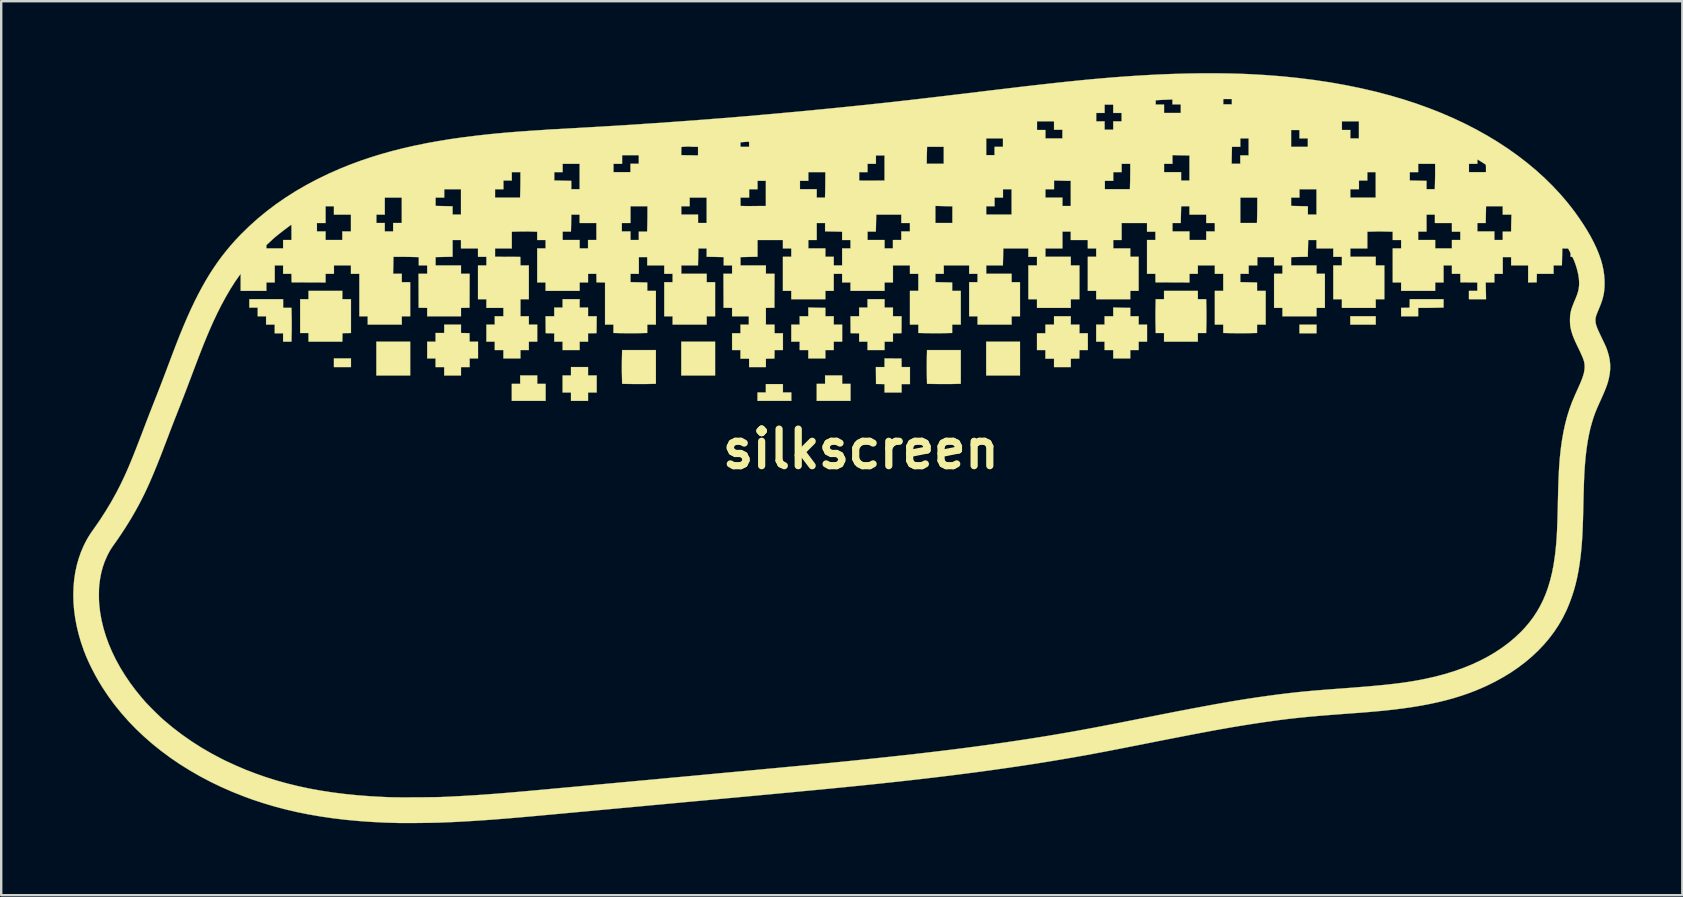
<source format=kicad_pcb>
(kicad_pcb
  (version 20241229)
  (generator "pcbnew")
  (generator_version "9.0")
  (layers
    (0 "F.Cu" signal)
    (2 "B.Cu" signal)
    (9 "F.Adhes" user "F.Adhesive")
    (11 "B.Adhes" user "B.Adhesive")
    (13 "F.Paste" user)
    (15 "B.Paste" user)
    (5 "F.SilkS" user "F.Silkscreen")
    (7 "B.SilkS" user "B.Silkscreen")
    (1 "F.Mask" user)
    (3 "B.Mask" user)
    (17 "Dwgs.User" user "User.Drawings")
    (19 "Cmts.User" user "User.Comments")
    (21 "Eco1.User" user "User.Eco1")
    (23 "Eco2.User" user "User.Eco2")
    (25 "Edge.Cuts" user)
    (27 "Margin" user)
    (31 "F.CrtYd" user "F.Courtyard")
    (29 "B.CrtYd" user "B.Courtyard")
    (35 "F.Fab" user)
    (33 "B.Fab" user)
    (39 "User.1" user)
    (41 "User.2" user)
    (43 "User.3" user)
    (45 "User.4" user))
  (footprint "silkscreen"
    (layer "F.Cu")
    (at 32.824 15.665)
    (property "Reference" "silkscreen" (at 0 0 0) (layer "F.SilkS") (effects (font (size 1.524 1.524) (thickness 0.3))))
    (attr through_hole)
    (fp_poly (pts (xy -21.25 -3.42) (xy -21.959 -3.42) (xy -21.959 -3.78) (xy -21.25 -3.78) (xy -21.25 -3.42)) (stroke (width 0.01) (type solid)) (fill yes) (layer "F.SilkS"))
    (fp_poly (pts (xy -18.783 -3.07) (xy -20.191 -3.07) (xy -20.191 -4.479) (xy -18.783 -4.479) (xy -18.783 -3.07)) (stroke (width 0.01) (type solid)) (fill yes) (layer "F.SilkS"))
    (fp_poly (pts (xy -6.077 -3.07) (xy -7.486 -3.07) (xy -7.486 -4.479) (xy -6.077 -4.479) (xy -6.077 -3.07)) (stroke (width 0.01) (type solid)) (fill yes) (layer "F.SilkS"))
    (fp_poly (pts (xy 6.628 -3.07) (xy 5.22 -3.07) (xy 5.22 -4.479) (xy 6.628 -4.479) (xy 6.628 -3.07)) (stroke (width 0.01) (type solid)) (fill yes) (layer "F.SilkS"))
    (fp_poly (pts (xy 18.984 -4.828) (xy 18.274 -4.828) (xy 18.274 -5.188) (xy 18.984 -5.188) (xy 18.984 -4.828)) (stroke (width 0.01) (type solid)) (fill yes) (layer "F.SilkS"))
    (fp_poly (pts (xy 21.451 -5.188) (xy 20.392 -5.188) (xy 20.392 -5.537) (xy 21.451 -5.537) (xy 21.451 -5.188)) (stroke (width 0.01) (type solid)) (fill yes) (layer "F.SilkS"))
    (fp_poly (pts (xy -13.489 -2.721) (xy -13.139 -2.721) (xy -13.139 -2.012) (xy -14.548 -2.012) (xy -14.548 -2.721) (xy -14.198 -2.721) (xy -14.198 -3.07) (xy -13.489 -3.07) (xy -13.489 -2.721)) (stroke (width 0.01) (type solid)) (fill yes) (layer "F.SilkS"))
    (fp_poly (pts (xy -3.25 -2.361) (xy -2.901 -2.361) (xy -2.901 -2.012) (xy -4.309 -2.012) (xy -4.309 -2.361) (xy -3.96 -2.361) (xy -3.96 -2.71) (xy -3.25 -2.71) (xy -3.25 -2.361)) (stroke (width 0.01) (type solid)) (fill yes) (layer "F.SilkS"))
    (fp_poly (pts (xy -0.783 -2.721) (xy -0.434 -2.721) (xy -0.434 -2.012) (xy -1.842 -2.012) (xy -1.842 -2.721) (xy -1.493 -2.721) (xy -1.493 -3.07) (xy -0.783 -3.07) (xy -0.783 -2.721)) (stroke (width 0.01) (type solid)) (fill yes) (layer "F.SilkS"))
    (fp_poly (pts (xy -11.371 -3.07) (xy -11.011 -3.07) (xy -11.011 -2.361) (xy -11.371 -2.361) (xy -11.371 -2.012) (xy -12.081 -2.012) (xy -12.081 -2.361) (xy -12.43 -2.361) (xy -12.43 -3.07) (xy -12.081 -3.07) (xy -12.081 -3.42) (xy -11.371 -3.42) (xy -11.371 -3.07)) (stroke (width 0.01) (type solid)) (fill yes) (layer "F.SilkS"))
    (fp_poly (pts (xy -21.61 -6.247) (xy -21.25 -6.247) (xy -21.25 -4.839) (xy -21.604 -4.833) (xy -21.607 -4.656) (xy -21.61 -4.479) (xy -23.018 -4.479) (xy -23.018 -4.839) (xy -23.367 -4.839) (xy -23.367 -6.247) (xy -23.018 -6.247) (xy -23.018 -6.596) (xy -21.61 -6.596) (xy -21.61 -6.247)) (stroke (width 0.01) (type solid)) (fill yes) (layer "F.SilkS"))
    (fp_poly (pts (xy 1.337 -3.777) (xy 1.689 -3.775) (xy 1.695 -3.42) (xy 2.043 -3.42) (xy 2.043 -2.71) (xy 1.694 -2.71) (xy 1.694 -2.361) (xy 0.985 -2.361) (xy 0.985 -2.71) (xy 0.807 -2.713) (xy 0.63 -2.716) (xy 0.627 -3.068) (xy 0.624 -3.42) (xy 0.985 -3.42) (xy 0.985 -3.78) (xy 1.337 -3.777)) (stroke (width 0.01) (type solid)) (fill yes) (layer "F.SilkS"))
    (fp_poly (pts (xy -8.544 -2.724) (xy -8.806 -2.717) (xy -8.975 -2.714) (xy -9.163 -2.713) (xy -9.372 -2.713) (xy -9.602 -2.716) (xy -9.774 -2.718) (xy -9.95 -2.722) (xy -9.958 -3.072) (xy -9.96 -3.178) (xy -9.961 -3.299) (xy -9.961 -3.427) (xy -9.961 -3.555) (xy -9.96 -3.675) (xy -9.958 -3.775) (xy -9.95 -4.129) (xy -8.544 -4.129) (xy -8.544 -2.724)) (stroke (width 0.01) (type solid)) (fill yes) (layer "F.SilkS"))
    (fp_poly (pts (xy 4.161 -2.724) (xy 3.899 -2.717) (xy 3.731 -2.714) (xy 3.542 -2.713) (xy 3.333 -2.713) (xy 3.104 -2.716) (xy 2.931 -2.718) (xy 2.755 -2.722) (xy 2.747 -3.072) (xy 2.746 -3.178) (xy 2.745 -3.299) (xy 2.744 -3.427) (xy 2.745 -3.555) (xy 2.746 -3.675) (xy 2.747 -3.775) (xy 2.755 -4.129) (xy 4.161 -4.129) (xy 4.161 -2.724)) (stroke (width 0.01) (type solid)) (fill yes) (layer "F.SilkS"))
    (fp_poly (pts (xy 24.278 -5.901) (xy 24.016 -5.894) (xy 23.923 -5.892) (xy 23.817 -5.89) (xy 23.705 -5.888) (xy 23.597 -5.887) (xy 23.501 -5.887) (xy 23.486 -5.887) (xy 23.219 -5.887) (xy 23.219 -5.537) (xy 22.51 -5.537) (xy 22.51 -5.886) (xy 22.687 -5.889) (xy 22.864 -5.892) (xy 22.867 -6.069) (xy 22.87 -6.247) (xy 24.278 -6.247) (xy 24.278 -5.901)) (stroke (width 0.01) (type solid)) (fill yes) (layer "F.SilkS"))
    (fp_poly (pts (xy -24.077 -5.887) (xy -23.73 -5.887) (xy -23.722 -5.533) (xy -23.72 -5.425) (xy -23.719 -5.304) (xy -23.719 -5.176) (xy -23.719 -5.048) (xy -23.72 -4.928) (xy -23.722 -4.829) (xy -23.73 -4.479) (xy -24.077 -4.479) (xy -24.077 -4.828) (xy -24.426 -4.828) (xy -24.426 -5.188) (xy -24.786 -5.188) (xy -24.786 -5.537) (xy -25.135 -5.537) (xy -25.135 -5.897) (xy -25.485 -5.897) (xy -25.485 -6.247) (xy -24.077 -6.247) (xy -24.077 -5.887)) (stroke (width 0.01) (type solid)) (fill yes) (layer "F.SilkS"))
    (fp_poly (pts (xy -16.665 -4.839) (xy -16.31 -4.833) (xy -16.308 -4.656) (xy -16.305 -4.479) (xy -15.956 -4.479) (xy -15.956 -3.78) (xy -16.305 -3.78) (xy -16.305 -3.42) (xy -16.665 -3.42) (xy -16.665 -3.07) (xy -17.364 -3.07) (xy -17.364 -3.42) (xy -17.724 -3.42) (xy -17.724 -3.78) (xy -18.073 -3.78) (xy -18.073 -4.479) (xy -17.724 -4.479) (xy -17.724 -4.839) (xy -17.364 -4.839) (xy -17.364 -5.188) (xy -16.665 -5.188) (xy -16.665 -4.839)) (stroke (width 0.01) (type solid)) (fill yes) (layer "F.SilkS"))
    (fp_poly (pts (xy 8.745 -5.188) (xy 9.105 -5.188) (xy 9.105 -4.828) (xy 9.455 -4.828) (xy 9.455 -4.129) (xy 9.106 -4.129) (xy 9.103 -3.952) (xy 9.1 -3.775) (xy 8.745 -3.769) (xy 8.745 -3.42) (xy 8.047 -3.42) (xy 8.047 -3.769) (xy 7.687 -3.769) (xy 7.687 -4.129) (xy 7.337 -4.129) (xy 7.337 -4.828) (xy 7.687 -4.828) (xy 7.687 -5.188) (xy 8.047 -5.188) (xy 8.047 -5.537) (xy 8.745 -5.537) (xy 8.745 -5.188)) (stroke (width 0.01) (type solid)) (fill yes) (layer "F.SilkS"))
    (fp_poly (pts (xy -11.721 -5.897) (xy -11.371 -5.897) (xy -11.371 -5.537) (xy -11.011 -5.537) (xy -11.014 -5.185) (xy -11.017 -4.833) (xy -11.194 -4.83) (xy -11.371 -4.827) (xy -11.371 -4.479) (xy -11.721 -4.479) (xy -11.721 -4.129) (xy -12.43 -4.129) (xy -12.43 -4.479) (xy -12.779 -4.479) (xy -12.779 -4.827) (xy -13.134 -4.833) (xy -13.137 -5.185) (xy -13.14 -5.537) (xy -12.779 -5.537) (xy -12.779 -5.897) (xy -12.43 -5.897) (xy -12.43 -6.247) (xy -11.721 -6.247) (xy -11.721 -5.897)) (stroke (width 0.01) (type solid)) (fill yes) (layer "F.SilkS"))
    (fp_poly (pts (xy 0.985 -5.897) (xy 1.334 -5.897) (xy 1.334 -5.537) (xy 1.694 -5.537) (xy 1.692 -5.185) (xy 1.689 -4.833) (xy 1.511 -4.83) (xy 1.334 -4.827) (xy 1.334 -4.479) (xy 0.985 -4.479) (xy 0.985 -4.129) (xy 0.275 -4.129) (xy 0.275 -4.479) (xy -0.074 -4.479) (xy -0.074 -4.827) (xy -0.429 -4.833) (xy -0.432 -5.185) (xy -0.434 -5.537) (xy -0.074 -5.537) (xy -0.074 -5.897) (xy 0.275 -5.897) (xy 0.275 -6.247) (xy 0.985 -6.247) (xy 0.985 -5.897)) (stroke (width 0.01) (type solid)) (fill yes) (layer "F.SilkS"))
    (fp_poly (pts (xy 14.039 -6.247) (xy 14.386 -6.247) (xy 14.394 -5.891) (xy 14.396 -5.784) (xy 14.397 -5.663) (xy 14.397 -5.535) (xy 14.397 -5.408) (xy 14.396 -5.288) (xy 14.394 -5.187) (xy 14.386 -4.839) (xy 14.039 -4.839) (xy 14.039 -4.479) (xy 12.631 -4.479) (xy 12.631 -4.839) (xy 12.284 -4.839) (xy 12.277 -5.187) (xy 12.275 -5.293) (xy 12.274 -5.413) (xy 12.273 -5.54) (xy 12.274 -5.668) (xy 12.275 -5.789) (xy 12.277 -5.891) (xy 12.284 -6.247) (xy 12.631 -6.247) (xy 12.631 -6.596) (xy 14.039 -6.596) (xy 14.039 -6.247)) (stroke (width 0.01) (type solid)) (fill yes) (layer "F.SilkS"))
    (fp_poly (pts (xy -1.93 -5.894) (xy -1.851 -5.892) (xy -1.774 -5.89) (xy -1.702 -5.889) (xy -1.64 -5.887) (xy -1.593 -5.887) (xy -1.575 -5.887) (xy -1.482 -5.887) (xy -1.482 -5.537) (xy -1.133 -5.537) (xy -1.133 -5.188) (xy -0.783 -5.188) (xy -0.783 -4.479) (xy -1.133 -4.479) (xy -1.133 -4.129) (xy -1.482 -4.129) (xy -1.482 -3.78) (xy -2.192 -3.78) (xy -2.192 -4.129) (xy -2.552 -4.129) (xy -2.552 -4.479) (xy -2.901 -4.479) (xy -2.901 -5.188) (xy -2.552 -5.188) (xy -2.552 -5.537) (xy -2.192 -5.537) (xy -2.192 -5.901) (xy -1.93 -5.894)) (stroke (width 0.01) (type solid)) (fill yes) (layer "F.SilkS"))
    (fp_poly (pts (xy 10.776 -5.894) (xy 10.854 -5.892) (xy 10.932 -5.89) (xy 11.003 -5.889) (xy 11.065 -5.887) (xy 11.112 -5.887) (xy 11.13 -5.887) (xy 11.223 -5.887) (xy 11.223 -5.537) (xy 11.572 -5.537) (xy 11.572 -5.188) (xy 11.922 -5.188) (xy 11.922 -4.479) (xy 11.572 -4.479) (xy 11.572 -4.129) (xy 11.223 -4.129) (xy 11.223 -3.78) (xy 10.514 -3.78) (xy 10.514 -4.129) (xy 10.154 -4.129) (xy 10.154 -4.479) (xy 9.804 -4.479) (xy 9.804 -5.188) (xy 10.154 -5.188) (xy 10.154 -5.537) (xy 10.514 -5.537) (xy 10.514 -5.901) (xy 10.776 -5.894)) (stroke (width 0.01) (type solid)) (fill yes) (layer "F.SilkS"))
    (fp_poly (pts (xy 14.996 -15.658) (xy 15.4 -15.652) (xy 15.79 -15.641) (xy 16.152 -15.627) (xy 16.862 -15.587) (xy 17.557 -15.533) (xy 18.238 -15.463) (xy 18.906 -15.379) (xy 19.561 -15.28) (xy 20.204 -15.166) (xy 20.835 -15.037) (xy 21.456 -14.893) (xy 21.486 -14.885) (xy 22.051 -14.736) (xy 22.604 -14.574) (xy 23.144 -14.398) (xy 23.671 -14.208) (xy 24.184 -14.005) (xy 24.683 -13.79) (xy 25.167 -13.562) (xy 25.637 -13.321) (xy 26.091 -13.068) (xy 26.531 -12.802) (xy 26.954 -12.525) (xy 27.361 -12.236) (xy 27.752 -11.936) (xy 28.126 -11.624) (xy 28.483 -11.301) (xy 28.823 -10.967) (xy 29.144 -10.622) (xy 29.368 -10.363) (xy 29.564 -10.121) (xy 29.754 -9.872) (xy 29.934 -9.618) (xy 30.104 -9.364) (xy 30.262 -9.112) (xy 30.405 -8.864) (xy 30.529 -8.629) (xy 30.647 -8.38) (xy 30.747 -8.14) (xy 30.829 -7.907) (xy 30.894 -7.681) (xy 30.941 -7.459) (xy 30.972 -7.24) (xy 30.987 -7.024) (xy 30.987 -6.841) (xy 30.982 -6.721) (xy 30.972 -6.608) (xy 30.958 -6.501) (xy 30.937 -6.395) (xy 30.911 -6.288) (xy 30.877 -6.176) (xy 30.834 -6.055) (xy 30.783 -5.923) (xy 30.722 -5.776) (xy 30.717 -5.765) (xy 30.682 -5.68) (xy 30.655 -5.611) (xy 30.635 -5.554) (xy 30.622 -5.504) (xy 30.613 -5.458) (xy 30.609 -5.413) (xy 30.608 -5.373) (xy 30.61 -5.326) (xy 30.614 -5.279) (xy 30.622 -5.231) (xy 30.634 -5.18) (xy 30.652 -5.124) (xy 30.675 -5.061) (xy 30.705 -4.988) (xy 30.743 -4.903) (xy 30.788 -4.805) (xy 30.843 -4.691) (xy 30.868 -4.637) (xy 30.915 -4.54) (xy 30.954 -4.459) (xy 30.986 -4.392) (xy 31.012 -4.335) (xy 31.034 -4.286) (xy 31.052 -4.242) (xy 31.069 -4.201) (xy 31.084 -4.159) (xy 31.1 -4.114) (xy 31.104 -4.103) (xy 31.162 -3.909) (xy 31.201 -3.719) (xy 31.221 -3.531) (xy 31.222 -3.342) (xy 31.204 -3.15) (xy 31.167 -2.952) (xy 31.127 -2.797) (xy 31.103 -2.72) (xy 31.075 -2.637) (xy 31.04 -2.545) (xy 31 -2.443) (xy 30.951 -2.328) (xy 30.895 -2.198) (xy 30.83 -2.052) (xy 30.821 -2.033) (xy 30.766 -1.912) (xy 30.719 -1.807) (xy 30.679 -1.715) (xy 30.645 -1.634) (xy 30.615 -1.56) (xy 30.588 -1.491) (xy 30.563 -1.423) (xy 30.539 -1.355) (xy 30.52 -1.297) (xy 30.447 -1.06) (xy 30.382 -0.81) (xy 30.325 -0.547) (xy 30.275 -0.269) (xy 30.232 0.025) (xy 30.196 0.335) (xy 30.167 0.665) (xy 30.154 0.852) (xy 30.149 0.947) (xy 30.143 1.043) (xy 30.138 1.144) (xy 30.134 1.251) (xy 30.129 1.367) (xy 30.125 1.493) (xy 30.121 1.631) (xy 30.117 1.784) (xy 30.112 1.954) (xy 30.108 2.141) (xy 30.106 2.202) (xy 30.102 2.411) (xy 30.097 2.601) (xy 30.092 2.773) (xy 30.088 2.929) (xy 30.083 3.072) (xy 30.079 3.202) (xy 30.074 3.323) (xy 30.069 3.435) (xy 30.064 3.54) (xy 30.059 3.641) (xy 30.053 3.737) (xy 30.026 4.096) (xy 29.992 4.436) (xy 29.95 4.758) (xy 29.901 5.066) (xy 29.843 5.36) (xy 29.777 5.641) (xy 29.701 5.912) (xy 29.616 6.174) (xy 29.522 6.428) (xy 29.418 6.677) (xy 29.392 6.734) (xy 29.243 7.034) (xy 29.075 7.325) (xy 28.889 7.607) (xy 28.684 7.88) (xy 28.461 8.143) (xy 28.22 8.396) (xy 27.962 8.639) (xy 27.687 8.872) (xy 27.395 9.093) (xy 27.087 9.304) (xy 26.763 9.502) (xy 26.424 9.689) (xy 26.069 9.864) (xy 25.866 9.955) (xy 25.586 10.072) (xy 25.299 10.181) (xy 25.003 10.282) (xy 24.698 10.376) (xy 24.382 10.463) (xy 24.054 10.543) (xy 23.713 10.617) (xy 23.358 10.685) (xy 22.987 10.746) (xy 22.599 10.802) (xy 22.194 10.853) (xy 21.769 10.899) (xy 21.652 10.91) (xy 21.519 10.922) (xy 21.389 10.934) (xy 21.259 10.946) (xy 21.126 10.957) (xy 20.987 10.968) (xy 20.839 10.98) (xy 20.678 10.992) (xy 20.502 11.005) (xy 20.35 11.016) (xy 20.059 11.038) (xy 19.788 11.058) (xy 19.534 11.078) (xy 19.297 11.097) (xy 19.073 11.115) (xy 18.861 11.134) (xy 18.661 11.152) (xy 18.469 11.171) (xy 18.283 11.189) (xy 18.104 11.209) (xy 17.927 11.228) (xy 17.752 11.249) (xy 17.578 11.271) (xy 17.401 11.294) (xy 17.221 11.318) (xy 17.035 11.344) (xy 16.842 11.371) (xy 16.835 11.372) (xy 16.646 11.4) (xy 16.459 11.428) (xy 16.272 11.457) (xy 16.084 11.486) (xy 15.893 11.517) (xy 15.699 11.549) (xy 15.5 11.582) (xy 15.296 11.618) (xy 15.084 11.655) (xy 14.864 11.694) (xy 14.634 11.736) (xy 14.394 11.781) (xy 14.142 11.828) (xy 13.877 11.878) (xy 13.597 11.932) (xy 13.302 11.989) (xy 12.991 12.05) (xy 12.661 12.114) (xy 12.313 12.183) (xy 12.165 12.212) (xy 11.909 12.263) (xy 11.673 12.31) (xy 11.454 12.353) (xy 11.253 12.392) (xy 11.067 12.429) (xy 10.895 12.463) (xy 10.736 12.494) (xy 10.589 12.522) (xy 10.452 12.549) (xy 10.324 12.574) (xy 10.205 12.597) (xy 10.091 12.618) (xy 9.983 12.639) (xy 9.915 12.651) (xy 9.39 12.749) (xy 8.86 12.843) (xy 8.325 12.935) (xy 7.783 13.025) (xy 7.233 13.113) (xy 6.675 13.198) (xy 6.106 13.282) (xy 5.526 13.364) (xy 4.933 13.445) (xy 4.327 13.524) (xy 3.706 13.603) (xy 3.069 13.68) (xy 2.415 13.756) (xy 1.742 13.832) (xy 1.05 13.907) (xy 0.752 13.939) (xy 0.601 13.955) (xy 0.452 13.97) (xy 0.302 13.986) (xy 0.152 14.001) (xy 0.000074 14.017) (xy -0.154 14.032) (xy -0.311 14.048) (xy -0.472 14.064) (xy -0.637 14.081) (xy -0.808 14.098) (xy -0.984 14.115) (xy -1.168 14.133) (xy -1.358 14.152) (xy -1.558 14.171) (xy -1.766 14.191) (xy -1.984 14.212) (xy -2.212 14.233) (xy -2.452 14.256) (xy -2.704 14.28) (xy -2.968 14.305) (xy -3.246 14.331) (xy -3.539 14.358) (xy -3.846 14.387) (xy -4.17 14.417) (xy -4.51 14.449) (xy -4.867 14.482) (xy -5.242 14.517) (xy -5.636 14.553) (xy -6.05 14.592) (xy -6.484 14.632) (xy -6.485 14.632) (xy -6.699 14.652) (xy -6.931 14.673) (xy -7.179 14.696) (xy -7.439 14.72) (xy -7.709 14.745) (xy -7.986 14.771) (xy -8.268 14.797) (xy -8.55 14.823) (xy -8.831 14.849) (xy -9.107 14.875) (xy -9.377 14.9) (xy -9.636 14.924) (xy -9.882 14.946) (xy -10.085 14.965) (xy -10.451 14.999) (xy -10.796 15.031) (xy -11.122 15.061) (xy -11.428 15.09) (xy -11.716 15.116) (xy -11.986 15.141) (xy -12.238 15.164) (xy -12.474 15.186) (xy -12.693 15.206) (xy -12.897 15.225) (xy -13.086 15.242) (xy -13.261 15.258) (xy -13.422 15.273) (xy -13.57 15.286) (xy -13.706 15.299) (xy -13.829 15.31) (xy -13.942 15.32) (xy -14.044 15.329) (xy -14.136 15.337) (xy -14.218 15.344) (xy -14.241 15.346) (xy -14.651 15.381) (xy -15.042 15.413) (xy -15.416 15.442) (xy -15.774 15.467) (xy -16.119 15.49) (xy -16.451 15.51) (xy -16.773 15.528) (xy -17.087 15.543) (xy -17.394 15.555) (xy -17.629 15.564) (xy -17.712 15.566) (xy -17.811 15.568) (xy -17.923 15.57) (xy -18.046 15.572) (xy -18.177 15.574) (xy -18.312 15.576) (xy -18.449 15.577) (xy -18.585 15.579) (xy -18.717 15.579) (xy -18.843 15.58) (xy -18.959 15.58) (xy -19.063 15.58) (xy -19.153 15.58) (xy -19.224 15.579) (xy -19.233 15.579) (xy -19.819 15.562) (xy -20.388 15.533) (xy -20.941 15.494) (xy -21.478 15.443) (xy -22.001 15.381) (xy -22.51 15.307) (xy -23.006 15.222) (xy -23.49 15.125) (xy -23.962 15.015) (xy -24.425 14.893) (xy -24.878 14.759) (xy -25.323 14.613) (xy -25.707 14.473) (xy -26.186 14.283) (xy -26.653 14.078) (xy -27.106 13.86) (xy -27.546 13.628) (xy -27.971 13.383) (xy -28.383 13.126) (xy -28.779 12.856) (xy -29.161 12.573) (xy -29.526 12.28) (xy -29.876 11.974) (xy -30.209 11.658) (xy -30.525 11.331) (xy -30.823 10.993) (xy -31.104 10.646) (xy -31.366 10.288) (xy -31.595 9.945) (xy -31.751 9.69) (xy -31.9 9.428) (xy -32.038 9.164) (xy -32.166 8.902) (xy -32.28 8.645) (xy -32.379 8.396) (xy -32.381 8.389) (xy -32.498 8.05) (xy -32.597 7.712) (xy -32.678 7.375) (xy -32.74 7.041) (xy -32.785 6.71) (xy -32.811 6.382) (xy -32.819 6.06) (xy -32.819 6.045) (xy -31.752 6.045) (xy -31.752 6.147) (xy -31.751 6.245) (xy -31.748 6.337) (xy -31.744 6.416) (xy -31.741 6.455) (xy -31.704 6.786) (xy -31.645 7.117) (xy -31.566 7.449) (xy -31.467 7.781) (xy -31.347 8.111) (xy -31.207 8.441) (xy -31.048 8.769) (xy -30.869 9.095) (xy -30.671 9.417) (xy -30.454 9.737) (xy -30.219 10.053) (xy -29.965 10.364) (xy -29.849 10.498) (xy -29.789 10.564) (xy -29.716 10.641) (xy -29.634 10.726) (xy -29.545 10.816) (xy -29.452 10.909) (xy -29.358 11.002) (xy -29.266 11.09) (xy -29.179 11.173) (xy -29.1 11.246) (xy -29.04 11.299) (xy -28.674 11.605) (xy -28.292 11.897) (xy -27.896 12.174) (xy -27.486 12.436) (xy -27.062 12.682) (xy -26.625 12.913) (xy -26.464 12.992) (xy -26.055 13.181) (xy -25.641 13.358) (xy -25.22 13.52) (xy -24.791 13.67) (xy -24.355 13.807) (xy -23.909 13.931) (xy -23.452 14.043) (xy -22.985 14.143) (xy -22.505 14.23) (xy -22.012 14.306) (xy -21.505 14.37) (xy -20.983 14.423) (xy -20.446 14.464) (xy -19.891 14.494) (xy -19.624 14.505) (xy -19.561 14.507) (xy -19.478 14.508) (xy -19.379 14.509) (xy -19.265 14.51) (xy -19.14 14.511) (xy -19.005 14.511) (xy -18.863 14.511) (xy -18.716 14.51) (xy -18.567 14.51) (xy -18.417 14.509) (xy -18.269 14.508) (xy -18.125 14.507) (xy -17.988 14.505) (xy -17.861 14.504) (xy -17.744 14.502) (xy -17.641 14.5) (xy -17.554 14.498) (xy -17.485 14.496) (xy -17.475 14.495) (xy -17.193 14.483) (xy -16.919 14.469) (xy -16.649 14.455) (xy -16.383 14.44) (xy -16.116 14.424) (xy -15.846 14.406) (xy -15.572 14.386) (xy -15.289 14.365) (xy -14.995 14.342) (xy -14.689 14.317) (xy -14.366 14.289) (xy -14.045 14.261) (xy -13.954 14.253) (xy -13.844 14.243) (xy -13.714 14.231) (xy -13.566 14.218) (xy -13.4 14.203) (xy -13.218 14.186) (xy -13.019 14.168) (xy -12.806 14.148) (xy -12.578 14.127) (xy -12.337 14.105) (xy -12.083 14.082) (xy -11.818 14.057) (xy -11.543 14.032) (xy -11.257 14.006) (xy -10.962 13.978) (xy -10.659 13.95) (xy -10.349 13.922) (xy -10.033 13.892) (xy -9.71 13.863) (xy -9.384 13.832) (xy -9.053 13.802) (xy -8.719 13.771) (xy -8.383 13.74) (xy -8.046 13.708) (xy -7.709 13.677) (xy -7.372 13.646) (xy -7.036 13.615) (xy -6.702 13.584) (xy -6.372 13.553) (xy -6.045 13.522) (xy -5.723 13.492) (xy -5.407 13.463) (xy -5.097 13.434) (xy -4.794 13.406) (xy -4.5 13.379) (xy -4.214 13.352) (xy -3.939 13.326) (xy -3.674 13.302) (xy -3.421 13.278) (xy -3.181 13.255) (xy -2.954 13.234) (xy -2.741 13.214) (xy -2.543 13.196) (xy -2.361 13.178) (xy -2.196 13.163) (xy -2.048 13.149) (xy -1.919 13.137) (xy -1.81 13.126) (xy -1.721 13.118) (xy -1.087 13.056) (xy -0.474 12.995) (xy 0.12 12.934) (xy 0.695 12.874) (xy 1.254 12.814) (xy 1.795 12.755) (xy 2.322 12.696) (xy 2.834 12.636) (xy 3.332 12.577) (xy 3.818 12.517) (xy 4.291 12.457) (xy 4.755 12.396) (xy 5.208 12.335) (xy 5.653 12.273) (xy 6.09 12.21) (xy 6.52 12.146) (xy 6.943 12.082) (xy 7.362 12.016) (xy 7.777 11.949) (xy 7.782 11.948) (xy 7.973 11.916) (xy 8.159 11.885) (xy 8.343 11.854) (xy 8.525 11.822) (xy 8.708 11.79) (xy 8.892 11.758) (xy 9.08 11.724) (xy 9.272 11.689) (xy 9.47 11.652) (xy 9.676 11.614) (xy 9.891 11.573) (xy 10.116 11.53) (xy 10.353 11.484) (xy 10.604 11.436) (xy 10.869 11.384) (xy 11.151 11.328) (xy 11.451 11.269) (xy 11.763 11.207) (xy 12.145 11.132) (xy 12.507 11.06) (xy 12.851 10.993) (xy 13.177 10.929) (xy 13.487 10.87) (xy 13.781 10.813) (xy 14.061 10.761) (xy 14.328 10.711) (xy 14.582 10.664) (xy 14.826 10.62) (xy 15.059 10.579) (xy 15.284 10.54) (xy 15.5 10.503) (xy 15.71 10.468) (xy 15.914 10.435) (xy 16.113 10.404) (xy 16.308 10.374) (xy 16.501 10.345) (xy 16.692 10.318) (xy 16.883 10.291) (xy 17.073 10.265) (xy 17.259 10.24) (xy 17.437 10.217) (xy 17.608 10.196) (xy 17.774 10.176) (xy 17.938 10.157) (xy 18.102 10.139) (xy 18.267 10.121) (xy 18.435 10.104) (xy 18.61 10.088) (xy 18.792 10.071) (xy 18.984 10.055) (xy 19.188 10.038) (xy 19.405 10.021) (xy 19.639 10.003) (xy 19.891 9.984) (xy 20.027 9.974) (xy 20.332 9.951) (xy 20.617 9.929) (xy 20.883 9.907) (xy 21.133 9.887) (xy 21.366 9.866) (xy 21.585 9.846) (xy 21.79 9.826) (xy 21.984 9.806) (xy 22.166 9.785) (xy 22.34 9.764) (xy 22.505 9.743) (xy 22.664 9.721) (xy 22.817 9.698) (xy 22.966 9.674) (xy 23.113 9.649) (xy 23.257 9.623) (xy 23.402 9.595) (xy 23.521 9.571) (xy 23.935 9.478) (xy 24.335 9.372) (xy 24.721 9.253) (xy 25.092 9.121) (xy 25.448 8.977) (xy 25.789 8.82) (xy 26.115 8.65) (xy 26.424 8.468) (xy 26.717 8.274) (xy 26.993 8.069) (xy 27.252 7.851) (xy 27.494 7.623) (xy 27.66 7.448) (xy 27.842 7.234) (xy 28.01 7.012) (xy 28.163 6.781) (xy 28.301 6.54) (xy 28.427 6.288) (xy 28.539 6.024) (xy 28.638 5.746) (xy 28.724 5.455) (xy 28.799 5.148) (xy 28.862 4.826) (xy 28.913 4.487) (xy 28.93 4.351) (xy 28.943 4.235) (xy 28.955 4.121) (xy 28.966 4.007) (xy 28.976 3.89) (xy 28.985 3.769) (xy 28.993 3.643) (xy 29.001 3.51) (xy 29.008 3.368) (xy 29.014 3.215) (xy 29.02 3.05) (xy 29.026 2.87) (xy 29.031 2.674) (xy 29.037 2.461) (xy 29.042 2.229) (xy 29.042 2.218) (xy 29.048 1.977) (xy 29.053 1.756) (xy 29.059 1.552) (xy 29.065 1.364) (xy 29.072 1.19) (xy 29.079 1.029) (xy 29.087 0.878) (xy 29.095 0.737) (xy 29.105 0.602) (xy 29.114 0.473) (xy 29.125 0.347) (xy 29.127 0.325) (xy 29.167 -0.044) (xy 29.217 -0.395) (xy 29.276 -0.73) (xy 29.346 -1.05) (xy 29.427 -1.358) (xy 29.519 -1.654) (xy 29.623 -1.94) (xy 29.739 -2.217) (xy 29.746 -2.234) (xy 29.779 -2.308) (xy 29.818 -2.395) (xy 29.859 -2.486) (xy 29.899 -2.574) (xy 29.931 -2.646) (xy 29.992 -2.786) (xy 30.042 -2.911) (xy 30.082 -3.023) (xy 30.113 -3.124) (xy 30.135 -3.218) (xy 30.149 -3.305) (xy 30.156 -3.39) (xy 30.157 -3.43) (xy 30.156 -3.486) (xy 30.152 -3.539) (xy 30.144 -3.591) (xy 30.133 -3.646) (xy 30.116 -3.705) (xy 30.094 -3.77) (xy 30.065 -3.843) (xy 30.028 -3.927) (xy 29.984 -4.024) (xy 29.932 -4.135) (xy 29.886 -4.23) (xy 29.831 -4.344) (xy 29.785 -4.442) (xy 29.746 -4.528) (xy 29.713 -4.604) (xy 29.686 -4.672) (xy 29.661 -4.737) (xy 29.64 -4.8) (xy 29.62 -4.863) (xy 29.592 -4.962) (xy 29.572 -5.051) (xy 29.558 -5.135) (xy 29.55 -5.222) (xy 29.546 -5.319) (xy 29.546 -5.384) (xy 29.548 -5.477) (xy 29.553 -5.562) (xy 29.563 -5.644) (xy 29.579 -5.725) (xy 29.6 -5.809) (xy 29.629 -5.899) (xy 29.665 -5.998) (xy 29.709 -6.11) (xy 29.75 -6.207) (xy 29.797 -6.318) (xy 29.834 -6.413) (xy 29.863 -6.498) (xy 29.886 -6.576) (xy 29.903 -6.651) (xy 29.915 -6.726) (xy 29.924 -6.806) (xy 29.926 -6.84) (xy 29.928 -6.961) (xy 29.918 -7.096) (xy 29.897 -7.242) (xy 29.866 -7.394) (xy 29.825 -7.549) (xy 29.775 -7.705) (xy 29.717 -7.857) (xy 29.697 -7.904) (xy 29.676 -7.95) (xy 29.661 -7.981) (xy 29.649 -7.999) (xy 29.638 -8.008) (xy 29.623 -8.012) (xy 29.611 -8.013) (xy 29.572 -8.016) (xy 29.571 -8.092) (xy 29.57 -8.129) (xy 29.567 -8.158) (xy 29.558 -8.187) (xy 29.543 -8.221) (xy 29.521 -8.264) (xy 29.47 -8.359) (xy 29.348 -8.362) (xy 29.225 -8.365) (xy 29.217 -8.01) (xy 29.209 -7.655) (xy 28.862 -7.655) (xy 28.862 -7.306) (xy 28.164 -7.306) (xy 28.158 -6.951) (xy 27.981 -6.948) (xy 27.803 -6.945) (xy 27.803 -7.655) (xy 27.094 -7.655) (xy 27.094 -8.004) (xy 26.745 -8.004) (xy 26.745 -7.306) (xy 26.395 -7.306) (xy 26.395 -6.946) (xy 26.033 -6.946) (xy 26.041 -6.596) (xy 26.048 -6.247) (xy 25.336 -6.247) (xy 25.336 -6.596) (xy 25.686 -6.596) (xy 25.686 -6.945) (xy 25.334 -6.948) (xy 24.982 -6.951) (xy 24.976 -7.306) (xy 24.627 -7.306) (xy 24.627 -7.655) (xy 24.278 -7.655) (xy 24.278 -6.946) (xy 23.928 -6.946) (xy 23.928 -6.596) (xy 22.51 -6.596) (xy 22.51 -6.946) (xy 22.16 -6.946) (xy 22.16 -8.364) (xy 22.51 -8.364) (xy 22.51 -8.714) (xy 22.16 -8.714) (xy 22.16 -9.06) (xy 22.028 -9.063) (xy 23.219 -9.063) (xy 23.219 -8.714) (xy 23.928 -8.714) (xy 23.928 -8.364) (xy 24.627 -8.364) (xy 24.627 -8.714) (xy 24.976 -8.714) (xy 24.976 -9.063) (xy 24.627 -9.063) (xy 24.627 -9.423) (xy 25.686 -9.423) (xy 25.686 -9.074) (xy 26.395 -9.074) (xy 26.395 -8.714) (xy 26.745 -8.714) (xy 26.745 -9.063) (xy 27.094 -9.063) (xy 27.094 -9.156) (xy 27.094 -9.193) (xy 27.095 -9.247) (xy 27.096 -9.314) (xy 27.098 -9.389) (xy 27.1 -9.467) (xy 27.101 -9.51) (xy 27.108 -9.772) (xy 26.745 -9.772) (xy 26.745 -10.122) (xy 26.048 -10.122) (xy 26.041 -9.772) (xy 26.033 -9.423) (xy 25.686 -9.423) (xy 24.627 -9.423) (xy 23.918 -9.423) (xy 23.918 -9.772) (xy 23.568 -9.772) (xy 23.568 -9.063) (xy 23.219 -9.063) (xy 22.028 -9.063) (xy 21.892 -9.067) (xy 21.797 -9.068) (xy 21.691 -9.069) (xy 21.58 -9.069) (xy 21.473 -9.069) (xy 21.378 -9.067) (xy 21.362 -9.067) (xy 21.101 -9.06) (xy 21.101 -8.364) (xy 20.392 -8.364) (xy 20.392 -8.015) (xy 21.451 -8.015) (xy 21.451 -7.655) (xy 21.811 -7.655) (xy 21.811 -6.247) (xy 21.451 -6.247) (xy 21.451 -5.887) (xy 20.043 -5.887) (xy 20.043 -6.247) (xy 19.683 -6.247) (xy 19.683 -7.655) (xy 20.043 -7.655) (xy 20.043 -8.015) (xy 19.683 -8.015) (xy 19.683 -8.364) (xy 18.984 -8.364) (xy 18.984 -8.714) (xy 18.637 -8.714) (xy 18.629 -8.366) (xy 18.621 -8.017) (xy 18.273 -8.01) (xy 17.925 -8.002) (xy 17.925 -7.655) (xy 18.984 -7.655) (xy 18.984 -7.306) (xy 19.333 -7.306) (xy 19.333 -5.887) (xy 18.984 -5.887) (xy 18.984 -5.537) (xy 17.565 -5.537) (xy 17.565 -5.887) (xy 17.216 -5.887) (xy 17.216 -7.306) (xy 17.565 -7.306) (xy 17.565 -7.655) (xy 17.216 -7.655) (xy 17.216 -8.004) (xy 16.517 -8.004) (xy 16.517 -7.655) (xy 16.157 -7.655) (xy 16.157 -7.306) (xy 15.808 -7.306) (xy 15.808 -6.959) (xy 16.157 -6.951) (xy 16.506 -6.943) (xy 16.506 -6.596) (xy 16.866 -6.596) (xy 16.866 -5.188) (xy 16.506 -5.188) (xy 16.506 -4.841) (xy 16.156 -4.833) (xy 16.049 -4.831) (xy 15.928 -4.83) (xy 15.8 -4.83) (xy 15.673 -4.83) (xy 15.552 -4.832) (xy 15.452 -4.833) (xy 15.098 -4.841) (xy 15.098 -5.188) (xy 14.749 -5.188) (xy 14.749 -6.596) (xy 15.098 -6.596) (xy 15.098 -7.306) (xy 14.749 -7.306) (xy 14.749 -7.655) (xy 14.039 -7.655) (xy 14.039 -7.306) (xy 13.69 -7.306) (xy 13.69 -6.945) (xy 12.276 -6.951) (xy 12.271 -7.306) (xy 11.922 -7.306) (xy 11.922 -8.714) (xy 12.271 -8.714) (xy 12.271 -9.063) (xy 11.922 -9.063) (xy 11.922 -9.423) (xy 12.981 -9.423) (xy 12.981 -9.074) (xy 13.69 -9.074) (xy 13.69 -8.714) (xy 14.389 -8.714) (xy 14.389 -9.074) (xy 14.749 -9.074) (xy 14.749 -9.423) (xy 14.389 -9.423) (xy 14.389 -9.772) (xy 13.69 -9.772) (xy 13.69 -10.122) (xy 13.343 -10.122) (xy 13.335 -9.772) (xy 13.327 -9.423) (xy 12.981 -9.423) (xy 11.922 -9.423) (xy 10.863 -9.423) (xy 10.863 -8.714) (xy 10.514 -8.714) (xy 10.514 -8.364) (xy 11.223 -8.364) (xy 11.223 -8.015) (xy 11.572 -8.015) (xy 11.572 -6.596) (xy 11.223 -6.596) (xy 11.223 -6.247) (xy 9.804 -6.247) (xy 9.804 -6.596) (xy 9.455 -6.596) (xy 9.455 -8.015) (xy 9.804 -8.015) (xy 9.804 -8.364) (xy 9.455 -8.364) (xy 9.455 -8.714) (xy 8.745 -8.714) (xy 8.745 -9.063) (xy 8.396 -9.063) (xy 8.396 -8.364) (xy 7.687 -8.364) (xy 7.687 -8.015) (xy 8.745 -8.015) (xy 8.745 -7.655) (xy 9.105 -7.655) (xy 9.105 -6.247) (xy 8.745 -6.247) (xy 8.745 -5.887) (xy 7.337 -5.887) (xy 7.337 -6.247) (xy 6.977 -6.247) (xy 6.977 -7.655) (xy 7.337 -7.655) (xy 7.337 -8.015) (xy 6.977 -8.015) (xy 6.977 -8.364) (xy 5.932 -8.364) (xy 5.924 -8.01) (xy 5.916 -7.655) (xy 5.22 -7.655) (xy 5.22 -7.306) (xy 6.279 -7.306) (xy 6.279 -6.956) (xy 6.628 -6.956) (xy 6.628 -5.537) (xy 6.279 -5.537) (xy 6.279 -5.188) (xy 4.86 -5.188) (xy 4.86 -5.537) (xy 4.51 -5.537) (xy 4.51 -6.956) (xy 4.86 -6.956) (xy 4.86 -7.306) (xy 4.51 -7.306) (xy 4.51 -7.655) (xy 3.452 -7.655) (xy 3.452 -7.306) (xy 3.102 -7.306) (xy 3.102 -6.959) (xy 3.452 -6.951) (xy 3.801 -6.943) (xy 3.801 -6.596) (xy 4.161 -6.596) (xy 4.161 -5.188) (xy 3.801 -5.188) (xy 3.801 -4.841) (xy 3.451 -4.833) (xy 3.344 -4.831) (xy 3.223 -4.83) (xy 3.095 -4.83) (xy 2.967 -4.83) (xy 2.847 -4.832) (xy 2.747 -4.833) (xy 2.393 -4.841) (xy 2.393 -5.188) (xy 2.043 -5.188) (xy 2.043 -6.596) (xy 2.393 -6.596) (xy 2.393 -7.306) (xy 2.043 -7.306) (xy 2.043 -7.655) (xy 1.334 -7.655) (xy 1.334 -6.946) (xy 0.985 -6.946) (xy 0.985 -6.596) (xy -0.434 -6.596) (xy -0.434 -6.946) (xy -0.783 -6.946) (xy -0.783 -7.306) (xy -1.133 -7.306) (xy -1.133 -6.596) (xy -1.482 -6.596) (xy -1.482 -6.247) (xy -2.901 -6.247) (xy -2.901 -6.596) (xy -3.25 -6.596) (xy -3.25 -8.015) (xy -2.901 -8.015) (xy -2.901 -8.364) (xy -3.25 -8.364) (xy -3.25 -8.714) (xy -2.192 -8.714) (xy -2.192 -8.364) (xy -1.482 -8.364) (xy -1.482 -8.015) (xy -1.133 -8.015) (xy -1.133 -7.655) (xy -0.783 -7.655) (xy -0.783 -8.364) (xy -0.434 -8.364) (xy -0.434 -8.714) (xy -0.783 -8.714) (xy -0.783 -9.061) (xy -0.895 -9.063) (xy 0.275 -9.063) (xy 0.275 -8.714) (xy 0.985 -8.714) (xy 0.985 -8.364) (xy 1.334 -8.364) (xy 1.334 -8.714) (xy 1.683 -8.714) (xy 1.683 -9.074) (xy 2.043 -9.074) (xy 2.043 -9.423) (xy 3.102 -9.423) (xy 3.812 -9.423) (xy 3.812 -10.122) (xy 5.22 -10.122) (xy 5.22 -9.772) (xy 6.279 -9.772) (xy 6.279 -10.831) (xy 7.687 -10.831) (xy 7.687 -10.482) (xy 8.396 -10.482) (xy 8.396 -10.132) (xy 8.745 -10.132) (xy 8.745 -10.482) (xy 15.808 -10.482) (xy 15.808 -9.423) (xy 16.503 -9.423) (xy 16.51 -9.685) (xy 16.512 -9.778) (xy 16.514 -9.884) (xy 16.515 -9.995) (xy 16.516 -10.103) (xy 16.517 -10.2) (xy 16.517 -10.215) (xy 16.517 -10.482) (xy 17.925 -10.482) (xy 17.925 -10.135) (xy 18.274 -10.127) (xy 18.624 -10.119) (xy 18.624 -9.772) (xy 18.984 -9.772) (xy 18.984 -10.831) (xy 20.392 -10.831) (xy 20.392 -10.482) (xy 21.451 -10.482) (xy 21.451 -11.541) (xy 22.87 -11.541) (xy 22.87 -11.194) (xy 23.219 -11.186) (xy 23.568 -11.178) (xy 23.568 -10.831) (xy 23.914 -10.831) (xy 23.921 -11.103) (xy 23.923 -11.197) (xy 23.925 -11.303) (xy 23.927 -11.413) (xy 23.928 -11.519) (xy 23.928 -11.613) (xy 23.928 -11.632) (xy 23.928 -11.89) (xy 25.336 -11.89) (xy 25.336 -11.541) (xy 26.046 -11.541) (xy 26.046 -11.693) (xy 26.046 -11.754) (xy 26.044 -11.797) (xy 26.042 -11.826) (xy 26.038 -11.845) (xy 26.032 -11.856) (xy 26.027 -11.861) (xy 26.013 -11.871) (xy 25.986 -11.889) (xy 25.948 -11.913) (xy 25.903 -11.942) (xy 25.856 -11.971) (xy 25.808 -12.001) (xy 25.765 -12.028) (xy 25.728 -12.049) (xy 25.703 -12.064) (xy 25.691 -12.07) (xy 25.691 -12.07) (xy 25.689 -12.06) (xy 25.687 -12.034) (xy 25.686 -11.997) (xy 25.686 -11.98) (xy 25.686 -11.89) (xy 25.336 -11.89) (xy 23.928 -11.89) (xy 23.219 -11.89) (xy 23.219 -11.541) (xy 22.87 -11.541) (xy 21.451 -11.541) (xy 21.101 -11.541) (xy 21.101 -11.191) (xy 20.752 -11.191) (xy 20.752 -10.831) (xy 20.392 -10.831) (xy 18.984 -10.831) (xy 18.274 -10.831) (xy 18.274 -10.482) (xy 17.925 -10.482) (xy 16.517 -10.482) (xy 15.808 -10.482) (xy 8.745 -10.482) (xy 8.745 -11.181) (xy 10.164 -11.181) (xy 10.164 -10.831) (xy 11.209 -10.831) (xy 11.216 -11.103) (xy 11.218 -11.197) (xy 11.22 -11.303) (xy 11.221 -11.413) (xy 11.223 -11.519) (xy 11.223 -11.613) (xy 11.223 -11.632) (xy 11.223 -11.89) (xy 12.631 -11.89) (xy 12.631 -11.541) (xy 13.341 -11.541) (xy 13.341 -11.191) (xy 13.69 -11.191) (xy 13.69 -11.89) (xy 15.448 -11.89) (xy 15.808 -11.89) (xy 15.808 -12.239) (xy 16.157 -12.239) (xy 16.157 -12.949) (xy 15.808 -12.949) (xy 15.808 -12.599) (xy 15.461 -12.599) (xy 15.455 -12.337) (xy 15.453 -12.259) (xy 15.451 -12.181) (xy 15.449 -12.11) (xy 15.448 -12.048) (xy 15.448 -12.001) (xy 15.448 -11.983) (xy 15.448 -11.89) (xy 13.69 -11.89) (xy 13.69 -12.239) (xy 13.597 -12.239) (xy 13.56 -12.24) (xy 13.506 -12.241) (xy 13.439 -12.242) (xy 13.364 -12.243) (xy 13.286 -12.245) (xy 13.243 -12.246) (xy 12.981 -12.253) (xy 12.981 -11.89) (xy 12.631 -11.89) (xy 11.223 -11.89) (xy 10.863 -11.89) (xy 10.863 -11.541) (xy 10.514 -11.541) (xy 10.514 -11.181) (xy 10.164 -11.181) (xy 8.745 -11.181) (xy 8.658 -11.181) (xy 8.622 -11.181) (xy 8.57 -11.182) (xy 8.504 -11.183) (xy 8.431 -11.185) (xy 8.353 -11.187) (xy 8.309 -11.188) (xy 8.047 -11.195) (xy 8.047 -10.831) (xy 7.687 -10.831) (xy 6.279 -10.831) (xy 5.919 -10.831) (xy 5.919 -10.482) (xy 5.569 -10.482) (xy 5.569 -10.122) (xy 5.22 -10.122) (xy 3.812 -10.122) (xy 3.719 -10.122) (xy 3.682 -10.122) (xy 3.627 -10.123) (xy 3.561 -10.124) (xy 3.486 -10.126) (xy 3.407 -10.128) (xy 3.364 -10.129) (xy 3.102 -10.136) (xy 3.102 -9.423) (xy 2.043 -9.423) (xy 1.683 -9.423) (xy 1.683 -9.772) (xy 0.638 -9.772) (xy 0.63 -9.418) (xy 0.622 -9.063) (xy 0.275 -9.063) (xy -0.895 -9.063) (xy -1.138 -9.068) (xy -1.493 -9.076) (xy -1.493 -9.423) (xy -1.842 -9.423) (xy -1.842 -8.714) (xy -2.192 -8.714) (xy -3.25 -8.714) (xy -4.309 -8.714) (xy -4.309 -8.017) (xy -4.664 -8.01) (xy -5.019 -8.002) (xy -5.019 -7.655) (xy -3.96 -7.655) (xy -3.96 -7.306) (xy -3.6 -7.306) (xy -3.605 -5.892) (xy -3.96 -5.886) (xy -3.96 -5.188) (xy -3.6 -5.188) (xy -3.6 -4.828) (xy -3.25 -4.828) (xy -3.25 -4.129) (xy -3.599 -4.129) (xy -3.602 -3.952) (xy -3.605 -3.775) (xy -3.96 -3.769) (xy -3.96 -3.42) (xy -4.659 -3.42) (xy -4.659 -3.769) (xy -5.019 -3.769) (xy -5.019 -4.129) (xy -5.368 -4.129) (xy -5.368 -4.828) (xy -5.019 -4.828) (xy -5.019 -5.188) (xy -4.669 -5.188) (xy -4.669 -5.537) (xy -5.368 -5.537) (xy -5.368 -5.886) (xy -5.545 -5.889) (xy -5.723 -5.892) (xy -5.728 -7.306) (xy -5.368 -7.306) (xy -5.368 -7.655) (xy -5.717 -7.655) (xy -5.717 -8.002) (xy -6.072 -8.01) (xy -6.427 -8.017) (xy -6.427 -8.364) (xy -6.774 -8.364) (xy -6.781 -8.01) (xy -6.789 -7.655) (xy -7.486 -7.655) (xy -7.486 -7.306) (xy -6.427 -7.306) (xy -6.427 -6.956) (xy -6.077 -6.956) (xy -6.077 -5.537) (xy -6.427 -5.537) (xy -6.427 -5.188) (xy -7.846 -5.188) (xy -7.846 -5.537) (xy -8.195 -5.537) (xy -8.195 -6.956) (xy -7.846 -6.956) (xy -7.846 -7.306) (xy -8.195 -7.306) (xy -8.195 -7.655) (xy -8.904 -7.655) (xy -8.904 -8.004) (xy -9.254 -8.004) (xy -9.254 -7.306) (xy -9.603 -7.306) (xy -9.603 -6.959) (xy -9.254 -6.951) (xy -8.904 -6.943) (xy -8.904 -6.596) (xy -8.544 -6.596) (xy -8.544 -5.188) (xy -8.904 -5.188) (xy -8.904 -4.841) (xy -9.255 -4.833) (xy -9.361 -4.831) (xy -9.482 -4.83) (xy -9.61 -4.83) (xy -9.738 -4.83) (xy -9.859 -4.832) (xy -9.959 -4.833) (xy -10.312 -4.841) (xy -10.312 -5.188) (xy -10.662 -5.188) (xy -10.662 -6.945) (xy -11.017 -6.951) (xy -11.022 -7.306) (xy -11.371 -7.306) (xy -11.371 -6.946) (xy -11.721 -6.946) (xy -11.721 -6.596) (xy -13.139 -6.596) (xy -13.139 -6.946) (xy -13.489 -6.946) (xy -13.489 -8.364) (xy -13.139 -8.364) (xy -13.139 -8.714) (xy -13.489 -8.714) (xy -13.489 -9.06) (xy -13.617 -9.063) (xy -12.43 -9.063) (xy -12.43 -8.714) (xy -11.721 -8.714) (xy -11.721 -8.364) (xy -11.371 -8.364) (xy -11.371 -8.714) (xy -11.022 -8.714) (xy -11.022 -9.423) (xy -9.963 -9.423) (xy -9.963 -9.074) (xy -9.603 -9.074) (xy -9.603 -8.714) (xy -9.254 -8.714) (xy -9.254 -9.063) (xy -8.908 -9.063) (xy -8.901 -9.335) (xy -8.899 -9.429) (xy -8.897 -9.535) (xy -8.895 -9.645) (xy -8.894 -9.751) (xy -8.894 -9.845) (xy -8.894 -9.864) (xy -8.894 -10.122) (xy -7.486 -10.122) (xy -7.486 -9.772) (xy -6.787 -9.772) (xy -6.787 -9.423) (xy -6.427 -9.423) (xy -6.427 -10.482) (xy -5.019 -10.482) (xy -5.019 -10.133) (xy -4.836 -10.129) (xy -4.769 -10.128) (xy -4.688 -10.127) (xy -4.598 -10.127) (xy -4.506 -10.128) (xy -4.417 -10.128) (xy -4.394 -10.129) (xy -4.316 -10.13) (xy -4.24 -10.131) (xy -4.169 -10.132) (xy -4.109 -10.132) (xy -4.064 -10.132) (xy -4.047 -10.132) (xy -3.96 -10.132) (xy -3.96 -11.181) (xy -2.541 -11.181) (xy -2.541 -10.831) (xy -1.842 -10.831) (xy -1.842 -10.482) (xy -1.496 -10.482) (xy -1.489 -10.744) (xy -1.487 -10.837) (xy -1.485 -10.943) (xy -1.484 -11.054) (xy -1.483 -11.162) (xy -1.482 -11.259) (xy -1.482 -11.273) (xy -1.482 -11.541) (xy -0.074 -11.541) (xy -0.074 -11.192) (xy 0.103 -11.188) (xy 0.168 -11.187) (xy 0.248 -11.186) (xy 0.336 -11.186) (xy 0.428 -11.186) (xy 0.516 -11.187) (xy 0.54 -11.187) (xy 0.618 -11.189) (xy 0.695 -11.19) (xy 0.767 -11.19) (xy 0.828 -11.191) (xy 0.875 -11.191) (xy 0.892 -11.191) (xy 0.985 -11.191) (xy 0.985 -11.89) (xy 2.742 -11.89) (xy 3.452 -11.89) (xy 3.452 -12.599) (xy 2.756 -12.599) (xy 2.749 -12.337) (xy 2.747 -12.259) (xy 2.745 -12.181) (xy 2.744 -12.11) (xy 2.743 -12.048) (xy 2.742 -12.001) (xy 2.742 -11.983) (xy 2.742 -11.89) (xy 0.985 -11.89) (xy 0.985 -12.239) (xy 0.625 -12.239) (xy 0.625 -11.89) (xy 0.275 -11.89) (xy 0.275 -11.541) (xy -0.074 -11.541) (xy -1.482 -11.541) (xy -2.192 -11.541) (xy -2.192 -11.181) (xy -2.541 -11.181) (xy -3.96 -11.181) (xy -4.309 -11.181) (xy -4.309 -10.831) (xy -4.659 -10.831) (xy -4.659 -10.482) (xy -5.019 -10.482) (xy -6.427 -10.482) (xy -7.136 -10.482) (xy -7.136 -10.122) (xy -7.486 -10.122) (xy -8.894 -10.122) (xy -9.603 -10.122) (xy -9.603 -9.423) (xy -9.963 -9.423) (xy -11.022 -9.423) (xy -11.721 -9.423) (xy -11.721 -9.772) (xy -12.068 -9.772) (xy -12.075 -9.418) (xy -12.083 -9.063) (xy -12.43 -9.063) (xy -13.617 -9.063) (xy -13.753 -9.067) (xy -13.848 -9.069) (xy -13.955 -9.069) (xy -14.067 -9.07) (xy -14.176 -9.069) (xy -14.272 -9.067) (xy -14.283 -9.067) (xy -14.548 -9.06) (xy -14.548 -8.364) (xy -15.246 -8.364) (xy -15.246 -8.015) (xy -14.72 -8.012) (xy -14.193 -8.01) (xy -14.187 -7.655) (xy -13.838 -7.655) (xy -13.838 -6.247) (xy -14.188 -6.247) (xy -14.188 -5.537) (xy -13.838 -5.537) (xy -13.838 -5.188) (xy -13.489 -5.188) (xy -13.489 -4.479) (xy -13.838 -4.479) (xy -13.838 -4.129) (xy -14.188 -4.129) (xy -14.188 -3.78) (xy -14.897 -3.78) (xy -14.897 -4.129) (xy -15.257 -4.129) (xy -15.257 -4.479) (xy -15.606 -4.479) (xy -15.606 -5.188) (xy -15.257 -5.188) (xy -15.257 -5.537) (xy -14.897 -5.537) (xy -14.897 -5.887) (xy -15.606 -5.887) (xy -15.606 -6.247) (xy -15.956 -6.247) (xy -15.956 -7.655) (xy -15.606 -7.655) (xy -15.606 -8.015) (xy -15.956 -8.015) (xy -15.956 -8.364) (xy -16.665 -8.364) (xy -16.665 -8.714) (xy -17.015 -8.714) (xy -17.015 -8.017) (xy -17.369 -8.01) (xy -17.724 -8.002) (xy -17.724 -7.655) (xy -16.665 -7.655) (xy -16.665 -7.306) (xy -16.305 -7.306) (xy -16.31 -5.892) (xy -16.665 -5.886) (xy -16.665 -5.537) (xy -18.073 -5.537) (xy -18.073 -5.886) (xy -18.251 -5.889) (xy -18.428 -5.892) (xy -18.433 -7.306) (xy -18.073 -7.306) (xy -18.073 -7.655) (xy -18.423 -7.655) (xy -18.423 -8.001) (xy -18.694 -8.008) (xy -18.789 -8.01) (xy -18.894 -8.012) (xy -19.004 -8.013) (xy -19.11 -8.014) (xy -19.204 -8.015) (xy -19.224 -8.015) (xy -19.481 -8.015) (xy -19.481 -7.922) (xy -19.482 -7.885) (xy -19.483 -7.831) (xy -19.484 -7.764) (xy -19.485 -7.689) (xy -19.487 -7.611) (xy -19.488 -7.568) (xy -19.495 -7.306) (xy -19.132 -7.306) (xy -19.132 -6.956) (xy -18.783 -6.956) (xy -18.783 -5.537) (xy -19.132 -5.537) (xy -19.132 -5.188) (xy -20.551 -5.188) (xy -20.551 -5.537) (xy -20.9 -5.537) (xy -20.9 -7.306) (xy -21.25 -7.306) (xy -21.25 -7.655) (xy -21.959 -7.655) (xy -21.959 -7.306) (xy -22.308 -7.306) (xy -22.308 -6.945) (xy -23.722 -6.951) (xy -23.725 -7.128) (xy -23.728 -7.306) (xy -24.077 -7.306) (xy -24.077 -7.655) (xy -24.426 -7.655) (xy -24.426 -6.946) (xy -24.775 -6.946) (xy -24.775 -6.596) (xy -25.845 -6.596) (xy -25.845 -7.31) (xy -25.898 -7.236) (xy -26.086 -6.967) (xy -26.271 -6.676) (xy -26.453 -6.365) (xy -26.634 -6.033) (xy -26.813 -5.68) (xy -26.99 -5.306) (xy -27.164 -4.911) (xy -27.169 -4.899) (xy -27.215 -4.792) (xy -27.259 -4.686) (xy -27.303 -4.58) (xy -27.348 -4.47) (xy -27.394 -4.357) (xy -27.441 -4.238) (xy -27.491 -4.11) (xy -27.545 -3.973) (xy -27.602 -3.825) (xy -27.664 -3.663) (xy -27.731 -3.486) (xy -27.805 -3.292) (xy -27.858 -3.15) (xy -27.922 -2.98) (xy -27.98 -2.828) (xy -28.032 -2.691) (xy -28.079 -2.566) (xy -28.123 -2.452) (xy -28.164 -2.344) (xy -28.204 -2.242) (xy -28.242 -2.142) (xy -28.281 -2.042) (xy -28.321 -1.94) (xy -28.363 -1.833) (xy -28.408 -1.718) (xy -28.439 -1.641) (xy -28.479 -1.539) (xy -28.516 -1.444) (xy -28.551 -1.355) (xy -28.585 -1.269) (xy -28.618 -1.184) (xy -28.652 -1.098) (xy -28.686 -1.008) (xy -28.723 -0.913) (xy -28.763 -0.809) (xy -28.807 -0.695) (xy -28.855 -0.568) (xy -28.909 -0.426) (xy -28.97 -0.267) (xy -28.979 -0.244) (xy -29.085 0.035) (xy -29.186 0.295) (xy -29.282 0.538) (xy -29.374 0.766) (xy -29.462 0.979) (xy -29.547 1.18) (xy -29.63 1.371) (xy -29.711 1.552) (xy -29.791 1.725) (xy -29.871 1.892) (xy -29.952 2.054) (xy -30.034 2.214) (xy -30.118 2.372) (xy -30.205 2.53) (xy -30.295 2.689) (xy -30.295 2.689) (xy -30.409 2.884) (xy -30.535 3.09) (xy -30.669 3.303) (xy -30.809 3.517) (xy -30.952 3.729) (xy -31.095 3.934) (xy -31.105 3.947) (xy -31.17 4.039) (xy -31.225 4.12) (xy -31.271 4.194) (xy -31.314 4.265) (xy -31.354 4.34) (xy -31.395 4.421) (xy -31.418 4.47) (xy -31.512 4.686) (xy -31.59 4.91) (xy -31.653 5.143) (xy -31.701 5.388) (xy -31.736 5.648) (xy -31.742 5.707) (xy -31.746 5.772) (xy -31.749 5.853) (xy -31.751 5.945) (xy -31.752 6.045) (xy -32.819 6.045) (xy -32.809 5.742) (xy -32.782 5.431) (xy -32.736 5.127) (xy -32.672 4.831) (xy -32.59 4.543) (xy -32.491 4.265) (xy -32.373 3.997) (xy -32.314 3.88) (xy -32.26 3.778) (xy -32.206 3.684) (xy -32.15 3.593) (xy -32.089 3.499) (xy -32.019 3.397) (xy -31.971 3.331) (xy -31.717 2.965) (xy -31.475 2.59) (xy -31.245 2.209) (xy -31.032 1.826) (xy -30.911 1.593) (xy -30.854 1.479) (xy -30.798 1.365) (xy -30.743 1.25) (xy -30.689 1.134) (xy -30.634 1.014) (xy -30.579 0.889) (xy -30.522 0.758) (xy -30.463 0.619) (xy -30.402 0.472) (xy -30.338 0.313) (xy -30.27 0.143) (xy -30.197 -0.041) (xy -30.12 -0.24) (xy -30.037 -0.455) (xy -29.947 -0.687) (xy -29.895 -0.826) (xy -29.848 -0.949) (xy -29.799 -1.076) (xy -29.75 -1.205) (xy -29.701 -1.331) (xy -29.654 -1.453) (xy -29.61 -1.566) (xy -29.57 -1.668) (xy -29.536 -1.756) (xy -29.517 -1.805) (xy -29.452 -1.969) (xy -29.395 -2.115) (xy -29.343 -2.246) (xy -29.296 -2.365) (xy -29.253 -2.475) (xy -29.214 -2.576) (xy -29.176 -2.673) (xy -29.14 -2.767) (xy -29.104 -2.861) (xy -29.067 -2.958) (xy -29.029 -3.059) (xy -28.988 -3.167) (xy -28.943 -3.285) (xy -28.894 -3.415) (xy -28.889 -3.43) (xy -28.842 -3.553) (xy -28.795 -3.678) (xy -28.749 -3.801) (xy -28.703 -3.92) (xy -28.661 -4.033) (xy -28.621 -4.136) (xy -28.586 -4.228) (xy -28.557 -4.306) (xy -28.533 -4.367) (xy -28.529 -4.378) (xy -28.374 -4.771) (xy -28.22 -5.145) (xy -28.068 -5.499) (xy -27.916 -5.836) (xy -27.763 -6.157) (xy -27.61 -6.461) (xy -27.454 -6.752) (xy -27.297 -7.03) (xy -27.137 -7.295) (xy -26.972 -7.549) (xy -26.804 -7.794) (xy -26.63 -8.03) (xy -26.451 -8.258) (xy -26.266 -8.48) (xy -26.249 -8.5) (xy -24.775 -8.5) (xy -24.775 -8.364) (xy -24.077 -8.364) (xy -24.077 -8.714) (xy -23.727 -8.714) (xy -23.727 -9.038) (xy -23.727 -9.132) (xy -23.728 -9.207) (xy -23.729 -9.264) (xy -23.73 -9.305) (xy -23.732 -9.333) (xy -23.735 -9.348) (xy -23.739 -9.352) (xy -23.74 -9.352) (xy -23.752 -9.343) (xy -23.779 -9.323) (xy -23.817 -9.294) (xy -23.864 -9.259) (xy -23.919 -9.218) (xy -23.949 -9.195) (xy -24.032 -9.133) (xy -24.116 -9.069) (xy -24.198 -9.005) (xy -24.276 -8.943) (xy -24.349 -8.884) (xy -24.413 -8.831) (xy -24.467 -8.785) (xy -24.508 -8.749) (xy -24.532 -8.725) (xy -24.545 -8.712) (xy -24.571 -8.688) (xy -24.606 -8.656) (xy -24.646 -8.618) (xy -24.662 -8.604) (xy -24.775 -8.5) (xy -26.249 -8.5) (xy -26.074 -8.697) (xy -25.874 -8.909) (xy -25.832 -8.952) (xy -25.491 -9.285) (xy -25.338 -9.423) (xy -22.668 -9.423) (xy -22.668 -9.074) (xy -22.308 -9.074) (xy -22.308 -8.714) (xy -21.61 -8.714) (xy -21.61 -9.074) (xy -21.25 -9.074) (xy -21.25 -9.772) (xy -20.191 -9.772) (xy -20.191 -9.423) (xy -19.841 -9.423) (xy -19.841 -9.074) (xy -19.492 -9.074) (xy -19.492 -9.423) (xy -19.132 -9.423) (xy -19.132 -10.482) (xy -17.724 -10.482) (xy -17.724 -10.135) (xy -17.369 -10.127) (xy -17.015 -10.119) (xy -17.015 -9.772) (xy -16.665 -9.772) (xy -16.665 -10.831) (xy -15.246 -10.831) (xy -15.246 -10.482) (xy -14.202 -10.482) (xy -14.195 -10.744) (xy -14.192 -10.837) (xy -14.191 -10.943) (xy -14.189 -11.054) (xy -14.188 -11.162) (xy -14.188 -11.259) (xy -14.188 -11.273) (xy -14.188 -11.541) (xy -12.779 -11.541) (xy -12.779 -11.194) (xy -12.425 -11.186) (xy -12.07 -11.178) (xy -12.07 -10.831) (xy -11.721 -10.831) (xy -11.721 -11.89) (xy -10.312 -11.89) (xy -10.312 -11.541) (xy -9.603 -11.541) (xy -9.603 -11.89) (xy -9.254 -11.89) (xy -9.254 -12.25) (xy -9.952 -12.25) (xy -9.952 -11.89) (xy -10.312 -11.89) (xy -11.721 -11.89) (xy -12.43 -11.89) (xy -12.43 -11.541) (xy -12.779 -11.541) (xy -14.188 -11.541) (xy -14.548 -11.541) (xy -14.548 -11.191) (xy -14.897 -11.191) (xy -14.897 -10.831) (xy -15.246 -10.831) (xy -16.665 -10.831) (xy -17.364 -10.831) (xy -17.364 -10.482) (xy -17.724 -10.482) (xy -19.132 -10.482) (xy -19.841 -10.482) (xy -19.841 -9.772) (xy -20.191 -9.772) (xy -21.25 -9.772) (xy -21.959 -9.772) (xy -21.959 -10.122) (xy -22.308 -10.122) (xy -22.308 -9.423) (xy -22.668 -9.423) (xy -25.338 -9.423) (xy -25.135 -9.605) (xy -24.763 -9.912) (xy -24.375 -10.204) (xy -23.971 -10.484) (xy -23.55 -10.751) (xy -23.113 -11.004) (xy -22.66 -11.244) (xy -22.19 -11.472) (xy -21.704 -11.686) (xy -21.651 -11.708) (xy -21.249 -11.869) (xy -20.838 -12.02) (xy -20.415 -12.163) (xy -19.981 -12.296) (xy -19.539 -12.42) (xy -7.486 -12.42) (xy -7.486 -12.251) (xy -7.308 -12.247) (xy -7.23 -12.246) (xy -7.142 -12.245) (xy -7.053 -12.243) (xy -6.974 -12.242) (xy -6.959 -12.242) (xy -6.787 -12.239) (xy -6.787 -12.599) (xy -6.961 -12.599) (xy -7.019 -12.6) (xy -7.069 -12.601) (xy -7.108 -12.604) (xy -7.132 -12.607) (xy -7.138 -12.609) (xy -7.149 -12.61) (xy -7.176 -12.61) (xy -7.216 -12.609) (xy -7.264 -12.607) (xy -7.316 -12.604) (xy -7.368 -12.601) (xy -7.415 -12.598) (xy -7.452 -12.594) (xy -7.477 -12.591) (xy -7.483 -12.59) (xy -7.484 -12.58) (xy -7.485 -12.552) (xy -7.485 -12.51) (xy -7.485 -12.457) (xy -7.486 -12.42) (xy -19.539 -12.42) (xy -19.535 -12.421) (xy -19.076 -12.537) (xy -18.602 -12.645) (xy -18.114 -12.745) (xy -17.888 -12.786) (xy -5.019 -12.786) (xy -5.019 -12.599) (xy -4.659 -12.599) (xy -4.659 -12.705) (xy -4.659 -12.753) (xy -4.66 -12.784) (xy -4.663 -12.801) (xy -4.669 -12.809) (xy -4.679 -12.811) (xy -4.682 -12.811) (xy -4.701 -12.81) (xy -4.737 -12.808) (xy -4.784 -12.805) (xy -4.839 -12.8) (xy -4.862 -12.799) (xy -5.019 -12.786) (xy -17.888 -12.786) (xy -17.609 -12.836) (xy -17.089 -12.921) (xy -16.89 -12.949) (xy 5.22 -12.949) (xy 5.22 -12.25) (xy 5.569 -12.25) (xy 5.569 -12.599) (xy 5.919 -12.599) (xy 5.919 -12.949) (xy 5.22 -12.949) (xy -16.89 -12.949) (xy -16.55 -12.997) (xy -15.993 -13.066) (xy -15.474 -13.123) (xy -15.316 -13.139) (xy -15.16 -13.154) (xy -15.002 -13.168) (xy -14.844 -13.183) (xy -14.682 -13.196) (xy -14.516 -13.21) (xy -14.344 -13.224) (xy -14.165 -13.237) (xy -13.978 -13.25) (xy -13.781 -13.264) (xy -13.574 -13.278) (xy -13.354 -13.292) (xy -13.12 -13.306) (xy -12.871 -13.322) (xy -12.607 -13.337) (xy -12.324 -13.354) (xy -12.023 -13.371) (xy -11.805 -13.383) (xy -10.765 -13.443) (xy -9.742 -13.506) (xy -8.734 -13.572) (xy -7.737 -13.642) (xy -7.512 -13.658) (xy 7.337 -13.658) (xy 7.337 -13.298) (xy 7.687 -13.298) (xy 7.687 -12.949) (xy 8.396 -12.949) (xy 8.396 -13.298) (xy 17.925 -13.298) (xy 17.925 -12.599) (xy 18.624 -12.599) (xy 18.624 -12.949) (xy 18.274 -12.949) (xy 18.274 -13.298) (xy 17.925 -13.298) (xy 8.396 -13.298) (xy 8.396 -13.309) (xy 8.047 -13.309) (xy 8.047 -13.658) (xy 7.337 -13.658) (xy -7.512 -13.658) (xy -6.749 -13.715) (xy -5.765 -13.791) (xy -4.782 -13.872) (xy -3.798 -13.958) (xy -3.251 -14.008) (xy 9.804 -14.008) (xy 9.804 -13.658) (xy 10.154 -13.658) (xy 10.154 -13.309) (xy 10.514 -13.309) (xy 10.514 -13.658) (xy 10.863 -13.658) (xy 20.043 -13.658) (xy 20.043 -13.298) (xy 20.392 -13.298) (xy 20.392 -12.949) (xy 20.752 -12.949) (xy 20.752 -13.658) (xy 20.043 -13.658) (xy 10.863 -13.658) (xy 10.863 -14.008) (xy 10.514 -14.008) (xy 10.514 -14.357) (xy 10.154 -14.357) (xy 10.154 -14.008) (xy 9.804 -14.008) (xy -3.251 -14.008) (xy -2.81 -14.048) (xy -1.812 -14.143) (xy -1.186 -14.204) (xy -0.889 -14.234) (xy -0.601 -14.263) (xy -0.32 -14.292) (xy -0.044 -14.32) (xy 0.228 -14.348) (xy 0.498 -14.377) (xy 0.767 -14.406) (xy 1.037 -14.435) (xy 1.31 -14.465) (xy 1.586 -14.496) (xy 1.868 -14.528) (xy 1.937 -14.535) (xy 12.282 -14.535) (xy 12.282 -14.357) (xy 12.631 -14.357) (xy 12.631 -14.008) (xy 13.33 -14.008) (xy 13.33 -14.368) (xy 12.981 -14.368) (xy 12.981 -14.569) (xy 12.947 -14.569) (xy 12.919 -14.568) (xy 12.873 -14.567) (xy 12.815 -14.565) (xy 12.748 -14.562) (xy 12.676 -14.559) (xy 12.602 -14.556) (xy 12.53 -14.552) (xy 12.464 -14.549) (xy 12.408 -14.546) (xy 12.365 -14.543) (xy 12.339 -14.541) (xy 12.337 -14.541) (xy 12.282 -14.535) (xy 1.937 -14.535) (xy 2.157 -14.561) (xy 2.412 -14.59) (xy 15.098 -14.59) (xy 15.098 -14.368) (xy 15.458 -14.368) (xy 15.458 -14.59) (xy 15.098 -14.59) (xy 2.412 -14.59) (xy 2.455 -14.595) (xy 2.762 -14.631) (xy 3.082 -14.668) (xy 3.414 -14.707) (xy 3.761 -14.749) (xy 4.125 -14.792) (xy 4.506 -14.838) (xy 4.906 -14.886) (xy 4.95 -14.892) (xy 5.383 -14.944) (xy 5.797 -14.993) (xy 6.191 -15.04) (xy 6.567 -15.085) (xy 6.927 -15.127) (xy 7.27 -15.166) (xy 7.599 -15.203) (xy 7.913 -15.238) (xy 8.215 -15.271) (xy 8.504 -15.302) (xy 8.783 -15.331) (xy 9.051 -15.358) (xy 9.31 -15.384) (xy 9.562 -15.408) (xy 9.806 -15.43) (xy 10.044 -15.451) (xy 10.278 -15.471) (xy 10.507 -15.49) (xy 10.733 -15.507) (xy 10.957 -15.524) (xy 11.18 -15.539) (xy 11.403 -15.554) (xy 11.627 -15.568) (xy 11.853 -15.581) (xy 12.007 -15.59) (xy 12.429 -15.612) (xy 12.858 -15.629) (xy 13.291 -15.643) (xy 13.724 -15.653) (xy 14.155 -15.659) (xy 14.58 -15.66) (xy 14.996 -15.658)) (stroke (width 0.01) (type solid)) (fill yes) (layer "F.SilkS")))
  (gr_rect
    (start -3 -3)
    (end 67.051 34.251)
    (stroke (width 0.1) (type default))
    (fill no)
    (layer "Edge.Cuts")))
</source>
